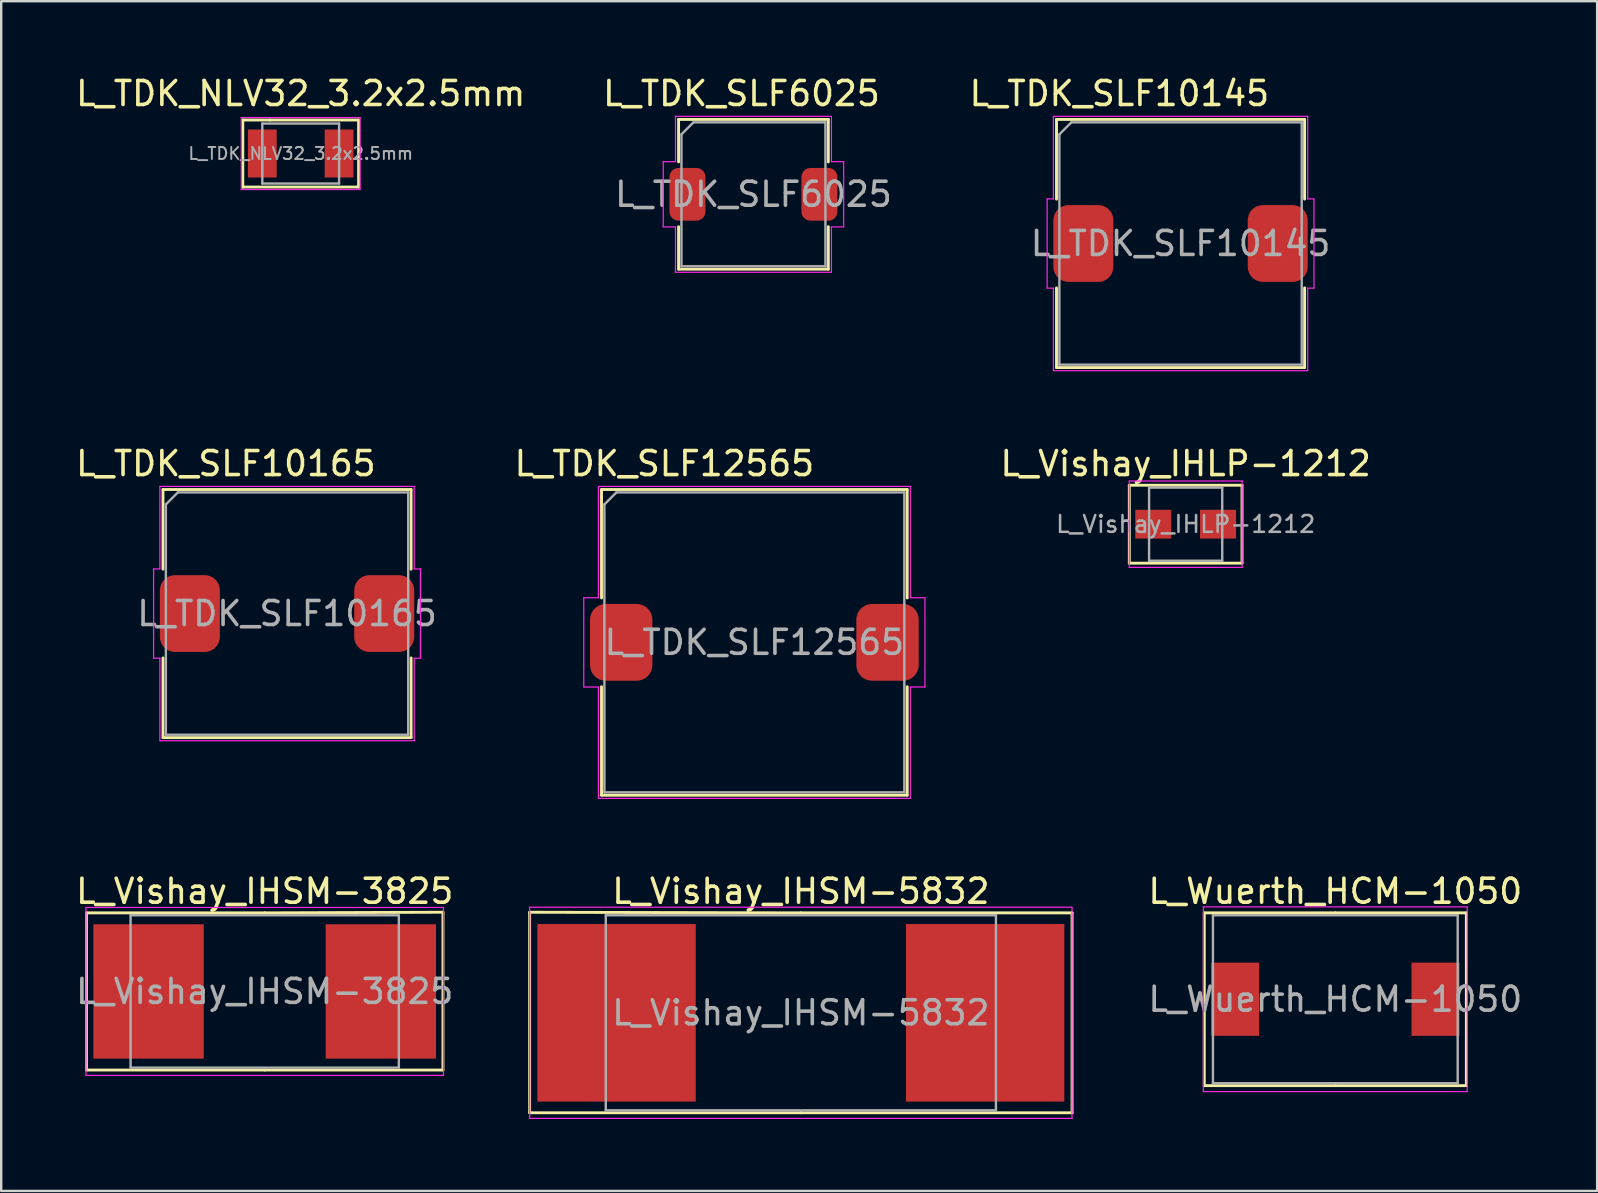
<source format=kicad_pcb>
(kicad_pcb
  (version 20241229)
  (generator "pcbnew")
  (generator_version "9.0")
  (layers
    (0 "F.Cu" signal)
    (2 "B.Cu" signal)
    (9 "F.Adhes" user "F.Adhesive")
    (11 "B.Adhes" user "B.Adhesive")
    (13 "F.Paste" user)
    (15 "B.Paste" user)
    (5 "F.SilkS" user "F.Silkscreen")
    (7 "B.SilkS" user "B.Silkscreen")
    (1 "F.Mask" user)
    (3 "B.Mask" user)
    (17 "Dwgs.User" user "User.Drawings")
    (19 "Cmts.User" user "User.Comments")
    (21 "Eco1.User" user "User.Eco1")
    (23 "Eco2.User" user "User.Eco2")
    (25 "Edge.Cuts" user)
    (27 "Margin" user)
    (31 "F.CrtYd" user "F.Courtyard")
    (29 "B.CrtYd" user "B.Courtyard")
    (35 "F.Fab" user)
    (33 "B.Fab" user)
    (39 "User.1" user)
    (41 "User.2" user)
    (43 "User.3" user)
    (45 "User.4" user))
  (footprint "L_TDK_SLF10165"
    (layer "F.Cu")
    (at 8.913 22.521)
    (property "Reference" "L_TDK_SLF10165" (at -2.55 -6.25 0) (layer "F.SilkS") (effects (font (size 1 1) (thickness 0.15))))
    (attr smd)
    (fp_line (start -5.17 -5.17) (end -5.17 -1.85) (stroke (width 0.12) (type solid)) (layer "F.SilkS"))
    (fp_line (start -5.17 -5.17) (end 5.17 -5.17) (stroke (width 0.12) (type solid)) (layer "F.SilkS"))
    (fp_line (start -5.17 1.85) (end -5.17 5.17) (stroke (width 0.12) (type solid)) (layer "F.SilkS"))
    (fp_line (start -5.17 5.17) (end 5.17 5.17) (stroke (width 0.12) (type solid)) (layer "F.SilkS"))
    (fp_line (start 5.17 -5.17) (end 5.17 -1.85) (stroke (width 0.12) (type solid)) (layer "F.SilkS"))
    (fp_line (start 5.17 1.85) (end 5.17 5.17) (stroke (width 0.12) (type solid)) (layer "F.SilkS"))
    (fp_line (start -5.56 -1.86) (end -5.56 1.86) (stroke (width 0.05) (type solid)) (layer "F.CrtYd"))
    (fp_line (start -5.56 1.86) (end -5.3 1.86) (stroke (width 0.05) (type solid)) (layer "F.CrtYd"))
    (fp_line (start -5.3 -5.3) (end -5.3 -1.86) (stroke (width 0.05) (type solid)) (layer "F.CrtYd"))
    (fp_line (start -5.3 -5.3) (end 5.3 -5.3) (stroke (width 0.05) (type solid)) (layer "F.CrtYd"))
    (fp_line (start -5.3 -1.86) (end -5.56 -1.86) (stroke (width 0.05) (type solid)) (layer "F.CrtYd"))
    (fp_line (start -5.3 1.86) (end -5.3 5.3) (stroke (width 0.05) (type solid)) (layer "F.CrtYd"))
    (fp_line (start -5.3 5.3) (end 5.3 5.3) (stroke (width 0.05) (type solid)) (layer "F.CrtYd"))
    (fp_line (start 5.3 -5.3) (end 5.3 -1.86) (stroke (width 0.05) (type solid)) (layer "F.CrtYd"))
    (fp_line (start 5.3 -1.86) (end 5.56 -1.86) (stroke (width 0.05) (type solid)) (layer "F.CrtYd"))
    (fp_line (start 5.3 1.86) (end 5.3 5.3) (stroke (width 0.05) (type solid)) (layer "F.CrtYd"))
    (fp_line (start 5.56 -1.86) (end 5.56 1.86) (stroke (width 0.05) (type solid)) (layer "F.CrtYd"))
    (fp_line (start 5.56 1.86) (end 5.3 1.86) (stroke (width 0.05) (type solid)) (layer "F.CrtYd"))
    (fp_line (start -5.05 -4.55) (end -4.55 -5.05) (stroke (width 0.1) (type solid)) (layer "F.Fab"))
    (fp_line (start -5.05 5.05) (end -5.05 -4.55) (stroke (width 0.1) (type solid)) (layer "F.Fab"))
    (fp_line (start -4.55 -5.05) (end 5.05 -5.05) (stroke (width 0.1) (type solid)) (layer "F.Fab"))
    (fp_line (start 5.05 -5.05) (end 5.05 5.05) (stroke (width 0.1) (type solid)) (layer "F.Fab"))
    (fp_line (start 5.05 5.05) (end -5.05 5.05) (stroke (width 0.1) (type solid)) (layer "F.Fab"))
    (fp_text user "${REFERENCE}" (at 0 0 0) (layer "F.Fab") (effects (font (size 1 1) (thickness 0.15))))
    (pad "1" smd roundrect (at -4.05 0) (size 2.5 3.2) (layers "F.Cu" "F.Mask" "F.Paste") (roundrect_rratio 0.25))
    (pad "2" smd roundrect (at 4.05 0) (size 2.5 3.2) (layers "F.Cu" "F.Mask" "F.Paste") (roundrect_rratio 0.25)))
  (footprint "L_Vishay_IHSM-5832"
    (layer "F.Cu")
    (at 30.327 39.16)
    (property "Reference" "L_Vishay_IHSM-5832" (at 0 -5.065 0) (layer "F.SilkS") (effects (font (size 1 1) (thickness 0.15))))
    (attr smd)
    (fp_line (start -11.303 -4.191) (end -11.303 4.165) (stroke (width 0.12) (type solid)) (layer "F.SilkS"))
    (fp_line (start -11.303 -4.191) (end 0 -4.165) (stroke (width 0.12) (type solid)) (layer "F.SilkS"))
    (fp_line (start -11.303 4.165) (end 0 4.165) (stroke (width 0.12) (type solid)) (layer "F.SilkS"))
    (fp_line (start 11.303 -4.165) (end 0 -4.165) (stroke (width 0.12) (type solid)) (layer "F.SilkS"))
    (fp_line (start 11.303 4.165) (end 0 4.165) (stroke (width 0.12) (type solid)) (layer "F.SilkS"))
    (fp_line (start 11.303 4.165) (end 11.303 -4.165) (stroke (width 0.12) (type solid)) (layer "F.SilkS"))
    (fp_line (start -11.3 -4.4) (end -11.3 4.4) (stroke (width 0.05) (type solid)) (layer "F.CrtYd"))
    (fp_line (start -11.3 4.4) (end 11.3 4.4) (stroke (width 0.05) (type solid)) (layer "F.CrtYd"))
    (fp_line (start 11.3 -4.4) (end -11.3 -4.4) (stroke (width 0.05) (type solid)) (layer "F.CrtYd"))
    (fp_line (start 11.3 4.4) (end 11.3 -4.4) (stroke (width 0.05) (type solid)) (layer "F.CrtYd"))
    (fp_line (start -8.13 -4.065) (end -8.13 4.065) (stroke (width 0.1) (type solid)) (layer "F.Fab"))
    (fp_line (start -8.13 4.065) (end 8.13 4.065) (stroke (width 0.1) (type solid)) (layer "F.Fab"))
    (fp_line (start 8.13 -4.065) (end -8.13 -4.065) (stroke (width 0.1) (type solid)) (layer "F.Fab"))
    (fp_line (start 8.13 4.065) (end 8.13 -4.065) (stroke (width 0.1) (type solid)) (layer "F.Fab"))
    (fp_text user "${REFERENCE}" (at 0 0 0) (layer "F.Fab") (effects (font (size 1 1) (thickness 0.15))))
    (pad "1" smd rect (at -7.681 0) (size 6.6 7.4) (layers "F.Cu" "F.Mask" "F.Paste"))
    (pad "2" smd rect (at 7.681 0) (size 6.6 7.4) (layers "F.Cu" "F.Mask" "F.Paste")))
  (footprint "L_Wuerth_HCM-1050"
    (layer "F.Cu")
    (at 52.601 38.595)
    (property "Reference" "L_Wuerth_HCM-1050" (at 0 -4.5 0) (layer "F.SilkS") (effects (font (size 1 1) (thickness 0.15))))
    (attr smd)
    (fp_line (start -5.461 -3.6) (end -5.461 3.6) (stroke (width 0.12) (type solid)) (layer "F.SilkS"))
    (fp_line (start -5.461 -3.6) (end 0 -3.6) (stroke (width 0.12) (type solid)) (layer "F.SilkS"))
    (fp_line (start -5.461 3.6) (end 0 3.6) (stroke (width 0.12) (type solid)) (layer "F.SilkS"))
    (fp_line (start 5.461 -3.6) (end 0 -3.6) (stroke (width 0.12) (type solid)) (layer "F.SilkS"))
    (fp_line (start 5.461 3.6) (end 0 3.6) (stroke (width 0.12) (type solid)) (layer "F.SilkS"))
    (fp_line (start 5.461 3.6) (end 5.461 -3.6) (stroke (width 0.12) (type solid)) (layer "F.SilkS"))
    (fp_line (start -5.5 -3.85) (end -5.5 3.85) (stroke (width 0.05) (type solid)) (layer "F.CrtYd"))
    (fp_line (start -5.5 3.85) (end 5.5 3.85) (stroke (width 0.05) (type solid)) (layer "F.CrtYd"))
    (fp_line (start 5.5 -3.85) (end -5.5 -3.85) (stroke (width 0.05) (type solid)) (layer "F.CrtYd"))
    (fp_line (start 5.5 3.85) (end 5.5 -3.85) (stroke (width 0.05) (type solid)) (layer "F.CrtYd"))
    (fp_line (start -5.1 -3.5) (end -5.1 3.5) (stroke (width 0.1) (type solid)) (layer "F.Fab"))
    (fp_line (start -5.1 3.5) (end 5.1 3.5) (stroke (width 0.1) (type solid)) (layer "F.Fab"))
    (fp_line (start 5.1 -3.5) (end -5.1 -3.5) (stroke (width 0.1) (type solid)) (layer "F.Fab"))
    (fp_line (start 5.1 3.5) (end 5.1 -3.5) (stroke (width 0.1) (type solid)) (layer "F.Fab"))
    (fp_text user "${REFERENCE}" (at 0 0 0) (layer "F.Fab") (effects (font (size 1 1) (thickness 0.15))))
    (pad "1" smd rect (at -4.175 0) (size 2 3.05) (layers "F.Cu" "F.Mask" "F.Paste"))
    (pad "2" smd rect (at 4.175 0) (size 2 3.05) (layers "F.Cu" "F.Mask" "F.Paste")))
  (footprint "L_Vishay_IHSM-3825"
    (layer "F.Cu")
    (at 7.982 38.27)
    (property "Reference" "L_Vishay_IHSM-3825" (at 0 -4.175 0) (layer "F.SilkS") (effects (font (size 1 1) (thickness 0.15))))
    (attr smd)
    (fp_line (start -7.429 -3.275) (end -7.429 3.275) (stroke (width 0.12) (type solid)) (layer "F.SilkS"))
    (fp_line (start -7.429 -3.275) (end 0 -3.275) (stroke (width 0.12) (type solid)) (layer "F.SilkS"))
    (fp_line (start -7.429 3.275) (end 0 3.275) (stroke (width 0.12) (type solid)) (layer "F.SilkS"))
    (fp_line (start 7.429 -3.302) (end 0 -3.275) (stroke (width 0.12) (type solid)) (layer "F.SilkS"))
    (fp_line (start 7.429 -3.302) (end 7.429 3.275) (stroke (width 0.12) (type solid)) (layer "F.SilkS"))
    (fp_line (start 7.429 3.275) (end 0 3.275) (stroke (width 0.12) (type solid)) (layer "F.SilkS"))
    (fp_line (start -7.45 -3.5) (end -7.45 3.5) (stroke (width 0.05) (type solid)) (layer "F.CrtYd"))
    (fp_line (start -7.45 3.5) (end 7.45 3.5) (stroke (width 0.05) (type solid)) (layer "F.CrtYd"))
    (fp_line (start 7.45 -3.5) (end -7.45 -3.5) (stroke (width 0.05) (type solid)) (layer "F.CrtYd"))
    (fp_line (start 7.45 3.5) (end 7.45 -3.5) (stroke (width 0.05) (type solid)) (layer "F.CrtYd"))
    (fp_line (start -5.59 -3.175) (end -5.59 3.175) (stroke (width 0.1) (type solid)) (layer "F.Fab"))
    (fp_line (start -5.59 3.175) (end 5.59 3.175) (stroke (width 0.1) (type solid)) (layer "F.Fab"))
    (fp_line (start 5.59 -3.175) (end -5.59 -3.175) (stroke (width 0.1) (type solid)) (layer "F.Fab"))
    (fp_line (start 5.59 3.175) (end 5.59 -3.175) (stroke (width 0.1) (type solid)) (layer "F.Fab"))
    (fp_text user "${REFERENCE}" (at 0 0 0) (layer "F.Fab") (effects (font (size 1 1) (thickness 0.15))))
    (pad "1" smd rect (at -4.84 0) (size 4.6 5.6) (layers "F.Cu" "F.Mask" "F.Paste"))
    (pad "2" smd rect (at 4.84 0) (size 4.6 5.6) (layers "F.Cu" "F.Mask" "F.Paste")))
  (footprint "L_TDK_SLF10145"
    (layer "F.Cu")
    (at 46.151 7.098)
    (property "Reference" "L_TDK_SLF10145" (at -2.55 -6.25 0) (layer "F.SilkS") (effects (font (size 1 1) (thickness 0.15))))
    (attr smd)
    (fp_line (start -5.17 -5.17) (end -5.17 -1.85) (stroke (width 0.12) (type solid)) (layer "F.SilkS"))
    (fp_line (start -5.17 -5.17) (end 5.17 -5.17) (stroke (width 0.12) (type solid)) (layer "F.SilkS"))
    (fp_line (start -5.17 1.85) (end -5.17 5.17) (stroke (width 0.12) (type solid)) (layer "F.SilkS"))
    (fp_line (start -5.17 5.17) (end 5.17 5.17) (stroke (width 0.12) (type solid)) (layer "F.SilkS"))
    (fp_line (start 5.17 -5.17) (end 5.17 -1.85) (stroke (width 0.12) (type solid)) (layer "F.SilkS"))
    (fp_line (start 5.17 1.85) (end 5.17 5.17) (stroke (width 0.12) (type solid)) (layer "F.SilkS"))
    (fp_line (start -5.56 -1.86) (end -5.56 1.86) (stroke (width 0.05) (type solid)) (layer "F.CrtYd"))
    (fp_line (start -5.56 1.86) (end -5.3 1.86) (stroke (width 0.05) (type solid)) (layer "F.CrtYd"))
    (fp_line (start -5.3 -5.3) (end -5.3 -1.86) (stroke (width 0.05) (type solid)) (layer "F.CrtYd"))
    (fp_line (start -5.3 -5.3) (end 5.3 -5.3) (stroke (width 0.05) (type solid)) (layer "F.CrtYd"))
    (fp_line (start -5.3 -1.86) (end -5.56 -1.86) (stroke (width 0.05) (type solid)) (layer "F.CrtYd"))
    (fp_line (start -5.3 1.86) (end -5.3 5.3) (stroke (width 0.05) (type solid)) (layer "F.CrtYd"))
    (fp_line (start -5.3 5.3) (end 5.3 5.3) (stroke (width 0.05) (type solid)) (layer "F.CrtYd"))
    (fp_line (start 5.3 -5.3) (end 5.3 -1.86) (stroke (width 0.05) (type solid)) (layer "F.CrtYd"))
    (fp_line (start 5.3 -1.86) (end 5.56 -1.86) (stroke (width 0.05) (type solid)) (layer "F.CrtYd"))
    (fp_line (start 5.3 1.86) (end 5.3 5.3) (stroke (width 0.05) (type solid)) (layer "F.CrtYd"))
    (fp_line (start 5.56 -1.86) (end 5.56 1.86) (stroke (width 0.05) (type solid)) (layer "F.CrtYd"))
    (fp_line (start 5.56 1.86) (end 5.3 1.86) (stroke (width 0.05) (type solid)) (layer "F.CrtYd"))
    (fp_line (start -5.05 -4.55) (end -4.55 -5.05) (stroke (width 0.1) (type solid)) (layer "F.Fab"))
    (fp_line (start -5.05 5.05) (end -5.05 -4.55) (stroke (width 0.1) (type solid)) (layer "F.Fab"))
    (fp_line (start -4.55 -5.05) (end 5.05 -5.05) (stroke (width 0.1) (type solid)) (layer "F.Fab"))
    (fp_line (start 5.05 -5.05) (end 5.05 5.05) (stroke (width 0.1) (type solid)) (layer "F.Fab"))
    (fp_line (start 5.05 5.05) (end -5.05 5.05) (stroke (width 0.1) (type solid)) (layer "F.Fab"))
    (fp_text user "${REFERENCE}" (at 0 0 0) (layer "F.Fab") (effects (font (size 1 1) (thickness 0.15))))
    (pad "1" smd roundrect (at -4.05 0) (size 2.5 3.2) (layers "F.Cu" "F.Mask" "F.Paste") (roundrect_rratio 0.25))
    (pad "2" smd roundrect (at 4.05 0) (size 2.5 3.2) (layers "F.Cu" "F.Mask" "F.Paste") (roundrect_rratio 0.25)))
  (footprint "L_Vishay_IHLP-1212"
    (layer "F.Cu")
    (at 46.364 18.796)
    (property "Reference" "L_Vishay_IHLP-1212" (at 0 -2.524 0) (layer "F.SilkS") (effects (font (size 1 1) (thickness 0.15))))
    (attr smd)
    (fp_line (start -2.349 -1.624) (end -2.349 1.624) (stroke (width 0.12) (type solid)) (layer "F.SilkS"))
    (fp_line (start -2.349 -1.624) (end 2.349 -1.624) (stroke (width 0.12) (type solid)) (layer "F.SilkS"))
    (fp_line (start -2.349 1.624) (end 2.349 1.624) (stroke (width 0.12) (type solid)) (layer "F.SilkS"))
    (fp_line (start 2.349 -1.624) (end 2.349 1.624) (stroke (width 0.12) (type solid)) (layer "F.SilkS"))
    (fp_line (start -2.35 -1.8) (end -2.35 1.8) (stroke (width 0.05) (type solid)) (layer "F.CrtYd"))
    (fp_line (start -2.35 1.8) (end 2.35 1.8) (stroke (width 0.05) (type solid)) (layer "F.CrtYd"))
    (fp_line (start 2.35 -1.8) (end -2.35 -1.8) (stroke (width 0.05) (type solid)) (layer "F.CrtYd"))
    (fp_line (start 2.35 1.8) (end 2.35 -1.8) (stroke (width 0.05) (type solid)) (layer "F.CrtYd"))
    (fp_line (start -1.524 -1.524) (end -1.524 1.524) (stroke (width 0.1) (type solid)) (layer "F.Fab"))
    (fp_line (start -1.524 1.524) (end 1.524 1.524) (stroke (width 0.1) (type solid)) (layer "F.Fab"))
    (fp_line (start 1.524 -1.524) (end -1.524 -1.524) (stroke (width 0.1) (type solid)) (layer "F.Fab"))
    (fp_line (start 1.524 1.524) (end 1.524 -1.524) (stroke (width 0.1) (type solid)) (layer "F.Fab"))
    (fp_text user "${REFERENCE}" (at 0 0 0) (layer "F.Fab") (effects (font (size 0.7 0.7) (thickness 0.105))))
    (pad "1" smd rect (at -1.35 0) (size 1.5 1.2) (layers "F.Cu" "F.Mask" "F.Paste"))
    (pad "2" smd rect (at 1.35 0) (size 1.5 1.2) (layers "F.Cu" "F.Mask" "F.Paste")))
  (footprint "L_TDK_SLF6025"
    (layer "F.Cu")
    (at 28.351 5.048)
    (property "Reference" "L_TDK_SLF6025" (at -0.5 -4.2 0) (layer "F.SilkS") (effects (font (size 1 1) (thickness 0.15))))
    (attr smd)
    (fp_line (start -3.12 -3.12) (end -3.12 -1.35) (stroke (width 0.12) (type solid)) (layer "F.SilkS"))
    (fp_line (start -3.12 -3.12) (end 3.12 -3.12) (stroke (width 0.12) (type solid)) (layer "F.SilkS"))
    (fp_line (start -3.12 1.35) (end -3.12 3.12) (stroke (width 0.12) (type solid)) (layer "F.SilkS"))
    (fp_line (start -3.12 3.12) (end 3.12 3.12) (stroke (width 0.12) (type solid)) (layer "F.SilkS"))
    (fp_line (start 3.12 -3.12) (end 3.12 -1.35) (stroke (width 0.12) (type solid)) (layer "F.SilkS"))
    (fp_line (start 3.12 1.35) (end 3.12 3.12) (stroke (width 0.12) (type solid)) (layer "F.SilkS"))
    (fp_line (start -3.76 -1.36) (end -3.76 1.36) (stroke (width 0.05) (type solid)) (layer "F.CrtYd"))
    (fp_line (start -3.76 1.36) (end -3.25 1.36) (stroke (width 0.05) (type solid)) (layer "F.CrtYd"))
    (fp_line (start -3.25 -3.25) (end -3.25 -1.36) (stroke (width 0.05) (type solid)) (layer "F.CrtYd"))
    (fp_line (start -3.25 -3.25) (end 3.25 -3.25) (stroke (width 0.05) (type solid)) (layer "F.CrtYd"))
    (fp_line (start -3.25 -1.36) (end -3.76 -1.36) (stroke (width 0.05) (type solid)) (layer "F.CrtYd"))
    (fp_line (start -3.25 1.36) (end -3.25 3.25) (stroke (width 0.05) (type solid)) (layer "F.CrtYd"))
    (fp_line (start -3.25 3.25) (end 3.25 3.25) (stroke (width 0.05) (type solid)) (layer "F.CrtYd"))
    (fp_line (start 3.25 -3.25) (end 3.25 -1.36) (stroke (width 0.05) (type solid)) (layer "F.CrtYd"))
    (fp_line (start 3.25 -1.36) (end 3.76 -1.36) (stroke (width 0.05) (type solid)) (layer "F.CrtYd"))
    (fp_line (start 3.25 1.36) (end 3.25 3.25) (stroke (width 0.05) (type solid)) (layer "F.CrtYd"))
    (fp_line (start 3.76 -1.36) (end 3.76 1.36) (stroke (width 0.05) (type solid)) (layer "F.CrtYd"))
    (fp_line (start 3.76 1.36) (end 3.25 1.36) (stroke (width 0.05) (type solid)) (layer "F.CrtYd"))
    (fp_line (start -3 -2.5) (end -2.5 -3) (stroke (width 0.1) (type solid)) (layer "F.Fab"))
    (fp_line (start -3 3) (end -3 -2.5) (stroke (width 0.1) (type solid)) (layer "F.Fab"))
    (fp_line (start -2.5 -3) (end 3 -3) (stroke (width 0.1) (type solid)) (layer "F.Fab"))
    (fp_line (start 3 -3) (end 3 3) (stroke (width 0.1) (type solid)) (layer "F.Fab"))
    (fp_line (start 3 3) (end -3 3) (stroke (width 0.1) (type solid)) (layer "F.Fab"))
    (fp_text user "${REFERENCE}" (at 0 0 0) (layer "F.Fab") (effects (font (size 1 1) (thickness 0.15))))
    (pad "1" smd roundrect (at -2.75 0) (size 1.5 2.2) (layers "F.Cu" "F.Mask" "F.Paste") (roundrect_rratio 0.25))
    (pad "2" smd roundrect (at 2.75 0) (size 1.5 2.2) (layers "F.Cu" "F.Mask" "F.Paste") (roundrect_rratio 0.25)))
  (footprint "L_TDK_SLF12565"
    (layer "F.Cu")
    (at 28.389 23.721)
    (property "Reference" "L_TDK_SLF12565" (at -3.75 -7.45 0) (layer "F.SilkS") (effects (font (size 1 1) (thickness 0.15))))
    (attr smd)
    (fp_line (start -6.37 -6.37) (end -6.37 -1.85) (stroke (width 0.12) (type solid)) (layer "F.SilkS"))
    (fp_line (start -6.37 -6.37) (end 6.37 -6.37) (stroke (width 0.12) (type solid)) (layer "F.SilkS"))
    (fp_line (start -6.37 1.85) (end -6.37 6.37) (stroke (width 0.12) (type solid)) (layer "F.SilkS"))
    (fp_line (start -6.37 6.37) (end 6.37 6.37) (stroke (width 0.12) (type solid)) (layer "F.SilkS"))
    (fp_line (start 6.37 -6.37) (end 6.37 -1.85) (stroke (width 0.12) (type solid)) (layer "F.SilkS"))
    (fp_line (start 6.37 1.85) (end 6.37 6.37) (stroke (width 0.12) (type solid)) (layer "F.SilkS"))
    (fp_line (start -7.11 -1.86) (end -7.11 1.86) (stroke (width 0.05) (type solid)) (layer "F.CrtYd"))
    (fp_line (start -7.11 1.86) (end -6.5 1.86) (stroke (width 0.05) (type solid)) (layer "F.CrtYd"))
    (fp_line (start -6.5 -6.5) (end -6.5 -1.86) (stroke (width 0.05) (type solid)) (layer "F.CrtYd"))
    (fp_line (start -6.5 -6.5) (end 6.5 -6.5) (stroke (width 0.05) (type solid)) (layer "F.CrtYd"))
    (fp_line (start -6.5 -1.86) (end -7.11 -1.86) (stroke (width 0.05) (type solid)) (layer "F.CrtYd"))
    (fp_line (start -6.5 1.86) (end -6.5 6.5) (stroke (width 0.05) (type solid)) (layer "F.CrtYd"))
    (fp_line (start -6.5 6.5) (end 6.5 6.5) (stroke (width 0.05) (type solid)) (layer "F.CrtYd"))
    (fp_line (start 6.5 -6.5) (end 6.5 -1.86) (stroke (width 0.05) (type solid)) (layer "F.CrtYd"))
    (fp_line (start 6.5 -1.86) (end 7.11 -1.86) (stroke (width 0.05) (type solid)) (layer "F.CrtYd"))
    (fp_line (start 6.5 1.86) (end 6.5 6.5) (stroke (width 0.05) (type solid)) (layer "F.CrtYd"))
    (fp_line (start 7.11 -1.86) (end 7.11 1.86) (stroke (width 0.05) (type solid)) (layer "F.CrtYd"))
    (fp_line (start 7.11 1.86) (end 6.5 1.86) (stroke (width 0.05) (type solid)) (layer "F.CrtYd"))
    (fp_line (start -6.25 -5.75) (end -5.75 -6.25) (stroke (width 0.1) (type solid)) (layer "F.Fab"))
    (fp_line (start -6.25 6.25) (end -6.25 -5.75) (stroke (width 0.1) (type solid)) (layer "F.Fab"))
    (fp_line (start -5.75 -6.25) (end 6.25 -6.25) (stroke (width 0.1) (type solid)) (layer "F.Fab"))
    (fp_line (start 6.25 -6.25) (end 6.25 6.25) (stroke (width 0.1) (type solid)) (layer "F.Fab"))
    (fp_line (start 6.25 6.25) (end -6.25 6.25) (stroke (width 0.1) (type solid)) (layer "F.Fab"))
    (fp_text user "${REFERENCE}" (at 0 0 0) (layer "F.Fab") (effects (font (size 1 1) (thickness 0.15))))
    (pad "1" smd roundrect (at -5.55 0) (size 2.6 3.2) (layers "F.Cu" "F.Mask" "F.Paste") (roundrect_rratio 0.25))
    (pad "2" smd roundrect (at 5.55 0) (size 2.6 3.2) (layers "F.Cu" "F.Mask" "F.Paste") (roundrect_rratio 0.25)))
  (footprint "L_TDK_NLV32_3.2x2.5mm"
    (layer "F.Cu")
    (at 9.482 3.348)
    (property "Reference" "L_TDK_NLV32_3.2x2.5mm" (at 0 -2.5 0) (layer "F.SilkS") (effects (font (size 1 1) (thickness 0.15))))
    (attr smd)
    (fp_line (start -2.413 -1.397) (end -2.413 1.397) (stroke (width 0.12) (type solid)) (layer "F.SilkS"))
    (fp_line (start -2.413 1.397) (end 2.413 1.397) (stroke (width 0.12) (type solid)) (layer "F.SilkS"))
    (fp_line (start -1.27 -1.397) (end -2.413 -1.397) (stroke (width 0.12) (type solid)) (layer "F.SilkS"))
    (fp_line (start 2.413 -1.397) (end -1.27 -1.397) (stroke (width 0.12) (type solid)) (layer "F.SilkS"))
    (fp_line (start 2.413 1.397) (end 2.413 -1.397) (stroke (width 0.12) (type solid)) (layer "F.SilkS"))
    (fp_line (start -2.477 -1.5) (end 2.477 -1.5) (stroke (width 0.05) (type solid)) (layer "F.CrtYd"))
    (fp_line (start -2.477 1.5) (end -2.477 -1.5) (stroke (width 0.05) (type solid)) (layer "F.CrtYd"))
    (fp_line (start 2.477 -1.5) (end 2.477 1.5) (stroke (width 0.05) (type solid)) (layer "F.CrtYd"))
    (fp_line (start 2.477 1.5) (end -2.477 1.5) (stroke (width 0.05) (type solid)) (layer "F.CrtYd"))
    (fp_line (start -1.6 -1.25) (end 1.6 -1.25) (stroke (width 0.1) (type solid)) (layer "F.Fab"))
    (fp_line (start -1.6 1.25) (end -1.6 -1.25) (stroke (width 0.1) (type solid)) (layer "F.Fab"))
    (fp_line (start 1.6 -1.25) (end 1.6 1.25) (stroke (width 0.1) (type solid)) (layer "F.Fab"))
    (fp_line (start 1.6 1.25) (end -1.6 1.25) (stroke (width 0.1) (type solid)) (layer "F.Fab"))
    (fp_text user "${REFERENCE}" (at 0 0 0) (layer "F.Fab") (effects (font (size 0.5 0.5) (thickness 0.08))))
    (pad "1" smd rect (at -1.6 0) (size 1.2 2) (layers "F.Cu" "F.Mask" "F.Paste"))
    (pad "2" smd rect (at 1.6 0) (size 1.2 2) (layers "F.Cu" "F.Mask" "F.Paste")))
  (gr_rect
    (start -3 -3)
    (end 63.512 46.585)
    (stroke (width 0.1) (type default))
    (fill no)
    (layer "Edge.Cuts")))
</source>
